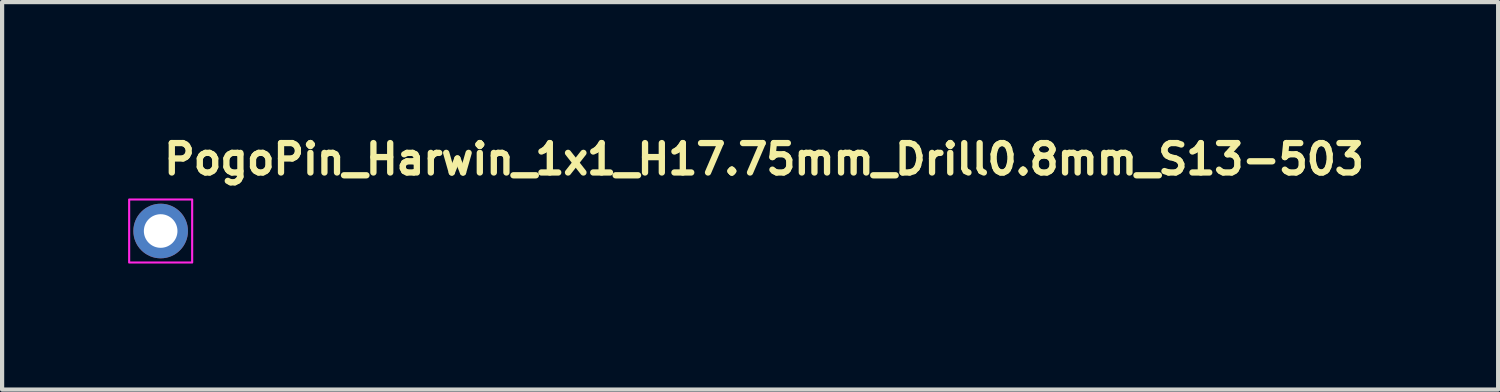
<source format=kicad_pcb>
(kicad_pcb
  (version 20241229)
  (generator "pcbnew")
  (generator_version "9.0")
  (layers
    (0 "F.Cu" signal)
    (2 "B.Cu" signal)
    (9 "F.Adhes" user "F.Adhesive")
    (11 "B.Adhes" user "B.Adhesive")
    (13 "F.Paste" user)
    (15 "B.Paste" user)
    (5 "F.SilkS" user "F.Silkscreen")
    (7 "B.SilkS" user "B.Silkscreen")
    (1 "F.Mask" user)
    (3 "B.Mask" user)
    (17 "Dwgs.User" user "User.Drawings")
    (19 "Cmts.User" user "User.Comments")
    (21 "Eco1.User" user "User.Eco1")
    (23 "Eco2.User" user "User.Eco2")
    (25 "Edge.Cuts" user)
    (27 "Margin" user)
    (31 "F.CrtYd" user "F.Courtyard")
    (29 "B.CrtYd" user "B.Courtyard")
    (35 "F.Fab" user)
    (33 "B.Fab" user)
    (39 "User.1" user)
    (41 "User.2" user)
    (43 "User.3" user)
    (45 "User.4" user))
  (footprint "PogoPin_Harwin_1x1_H17.75mm_Drill0.8mm_S13-503"
    (layer "F.Cu")
    (at 0.775 2.45)
    (property "Reference" "PogoPin_Harwin_1x1_H17.75mm_Drill0.8mm_S13-503" (at 0 -1.3 0) (layer "F.SilkS") (effects (font (size 0.7 0.7) (thickness 0.15)) (justify left bottom)))
    (attr through_hole)
    (fp_rect (start -0.75 -0.75) (end 0.75 0.75) (stroke (width 0.05) (type solid)) (fill no) (layer "F.CrtYd"))
    (fp_rect (start -0.486 -0.484) (end 0.482 0.486) (stroke (width 0.1) (type solid)) (fill no) (layer "User.5"))
    (fp_line (start -0.486 -0.03) (end -0.478 -0.09) (stroke (width 0.02) (type solid)) (layer "User.9"))
    (fp_line (start -0.486 0.031) (end -0.486 -0.03) (stroke (width 0.02) (type solid)) (layer "User.9"))
    (fp_line (start -0.478 -0.09) (end -0.463 -0.149) (stroke (width 0.02) (type solid)) (layer "User.9"))
    (fp_line (start -0.478 0.092) (end -0.486 0.031) (stroke (width 0.02) (type solid)) (layer "User.9"))
    (fp_line (start -0.463 -0.149) (end -0.441 -0.206) (stroke (width 0.02) (type solid)) (layer "User.9"))
    (fp_line (start -0.463 0.151) (end -0.478 0.092) (stroke (width 0.02) (type solid)) (layer "User.9"))
    (fp_line (start -0.441 -0.206) (end -0.412 -0.259) (stroke (width 0.02) (type solid)) (layer "User.9"))
    (fp_line (start -0.441 0.207) (end -0.463 0.151) (stroke (width 0.02) (type solid)) (layer "User.9"))
    (fp_line (start -0.432 0) (end -0.432 -0.001) (stroke (width 0.02) (type solid)) (layer "User.9"))
    (fp_line (start -0.432 0) (end -0.432 0) (stroke (width 0.02) (type solid)) (layer "User.9"))
    (fp_line (start -0.432 0.001) (end -0.432 0) (stroke (width 0.02) (type solid)) (layer "User.9"))
    (fp_line (start -0.432 0.001) (end -0.43 0.047) (stroke (width 0.02) (type solid)) (layer "User.9"))
    (fp_line (start -0.432 0.001) (end -0.428 0.057) (stroke (width 0.02) (type solid)) (layer "User.9"))
    (fp_line (start -0.431 -0.033) (end -0.432 -0.001) (stroke (width 0.02) (type solid)) (layer "User.9"))
    (fp_line (start -0.431 -0.033) (end -0.43 -0.045) (stroke (width 0.02) (type solid)) (layer "User.9"))
    (fp_line (start -0.43 0.047) (end -0.425 0.08) (stroke (width 0.02) (type solid)) (layer "User.9"))
    (fp_line (start -0.428 -0.055) (end -0.432 0.001) (stroke (width 0.02) (type solid)) (layer "User.9"))
    (fp_line (start -0.428 0.057) (end -0.417 0.112) (stroke (width 0.02) (type solid)) (layer "User.9"))
    (fp_line (start -0.425 -0.079) (end -0.43 -0.045) (stroke (width 0.02) (type solid)) (layer "User.9"))
    (fp_line (start -0.422 0.091) (end -0.416 0.117) (stroke (width 0.02) (type solid)) (layer "User.9"))
    (fp_line (start -0.42 0.104) (end -0.422 0.091) (stroke (width 0.02) (type solid)) (layer "User.9"))
    (fp_line (start -0.418 -0.108) (end -0.425 -0.079) (stroke (width 0.02) (type solid)) (layer "User.9"))
    (fp_line (start -0.418 -0.108) (end -0.416 -0.115) (stroke (width 0.02) (type solid)) (layer "User.9"))
    (fp_line (start -0.417 -0.111) (end -0.428 -0.055) (stroke (width 0.02) (type solid)) (layer "User.9"))
    (fp_line (start -0.417 0.112) (end -0.399 0.165) (stroke (width 0.02) (type solid)) (layer "User.9"))
    (fp_line (start -0.416 0.117) (end -0.415 0.122) (stroke (width 0.02) (type solid)) (layer "User.9"))
    (fp_line (start -0.415 -0.12) (end -0.416 -0.115) (stroke (width 0.02) (type solid)) (layer "User.9"))
    (fp_line (start -0.415 -0.12) (end -0.407 -0.144) (stroke (width 0.02) (type solid)) (layer "User.9"))
    (fp_line (start -0.415 0.122) (end -0.407 0.145) (stroke (width 0.02) (type solid)) (layer "User.9"))
    (fp_line (start -0.412 -0.259) (end -0.376 -0.308) (stroke (width 0.02) (type solid)) (layer "User.9"))
    (fp_line (start -0.412 0.261) (end -0.441 0.207) (stroke (width 0.02) (type solid)) (layer "User.9"))
    (fp_line (start -0.407 -0.144) (end -0.405 -0.15) (stroke (width 0.02) (type solid)) (layer "User.9"))
    (fp_line (start -0.407 0.145) (end -0.405 0.151) (stroke (width 0.02) (type solid)) (layer "User.9"))
    (fp_line (start -0.405 -0.15) (end -0.404 -0.151) (stroke (width 0.02) (type solid)) (layer "User.9"))
    (fp_line (start -0.405 0.151) (end -0.404 0.153) (stroke (width 0.02) (type solid)) (layer "User.9"))
    (fp_line (start -0.404 -0.151) (end -0.411 -0.132) (stroke (width 0.02) (type solid)) (layer "User.9"))
    (fp_line (start -0.404 -0.151) (end -0.404 -0.151) (stroke (width 0.02) (type solid)) (layer "User.9"))
    (fp_line (start -0.404 0.153) (end -0.411 0.134) (stroke (width 0.02) (type solid)) (layer "User.9"))
    (fp_line (start -0.404 0.153) (end -0.404 0.153) (stroke (width 0.02) (type solid)) (layer "User.9"))
    (fp_line (start -0.399 -0.164) (end -0.417 -0.111) (stroke (width 0.02) (type solid)) (layer "User.9"))
    (fp_line (start -0.399 0.165) (end -0.374 0.216) (stroke (width 0.02) (type solid)) (layer "User.9"))
    (fp_line (start -0.387 0.001) (end -0.383 0.055) (stroke (width 0.02) (type solid)) (layer "User.9"))
    (fp_line (start -0.383 -0.054) (end -0.387 0.001) (stroke (width 0.02) (type solid)) (layer "User.9"))
    (fp_line (start -0.383 0.055) (end -0.371 0.109) (stroke (width 0.02) (type solid)) (layer "User.9"))
    (fp_line (start -0.376 -0.308) (end -0.334 -0.353) (stroke (width 0.02) (type solid)) (layer "User.9"))
    (fp_line (start -0.376 0.31) (end -0.412 0.261) (stroke (width 0.02) (type solid)) (layer "User.9"))
    (fp_line (start -0.374 -0.214) (end -0.399 -0.164) (stroke (width 0.02) (type solid)) (layer "User.9"))
    (fp_line (start -0.374 0.216) (end -0.343 0.262) (stroke (width 0.02) (type solid)) (layer "User.9"))
    (fp_line (start -0.371 -0.108) (end -0.383 -0.054) (stroke (width 0.02) (type solid)) (layer "User.9"))
    (fp_line (start -0.371 0.109) (end -0.352 0.161) (stroke (width 0.02) (type solid)) (layer "User.9"))
    (fp_line (start -0.352 -0.159) (end -0.371 -0.108) (stroke (width 0.02) (type solid)) (layer "User.9"))
    (fp_line (start -0.352 0.161) (end -0.326 0.209) (stroke (width 0.02) (type solid)) (layer "User.9"))
    (fp_line (start -0.343 -0.261) (end -0.374 -0.214) (stroke (width 0.02) (type solid)) (layer "User.9"))
    (fp_line (start -0.343 0.262) (end -0.306 0.305) (stroke (width 0.02) (type solid)) (layer "User.9"))
    (fp_line (start -0.334 -0.353) (end -0.287 -0.392) (stroke (width 0.02) (type solid)) (layer "User.9"))
    (fp_line (start -0.334 0.354) (end -0.376 0.31) (stroke (width 0.02) (type solid)) (layer "User.9"))
    (fp_line (start -0.326 -0.207) (end -0.352 -0.159) (stroke (width 0.02) (type solid)) (layer "User.9"))
    (fp_line (start -0.326 -0.024) (end -0.326 0.025) (stroke (width 0.02) (type solid)) (layer "User.9"))
    (fp_line (start -0.326 0.025) (end -0.319 0.073) (stroke (width 0.02) (type solid)) (layer "User.9"))
    (fp_line (start -0.326 0.209) (end -0.293 0.253) (stroke (width 0.02) (type solid)) (layer "User.9"))
    (fp_line (start -0.319 -0.072) (end -0.326 -0.024) (stroke (width 0.02) (type solid)) (layer "User.9"))
    (fp_line (start -0.319 0.073) (end -0.305 0.119) (stroke (width 0.02) (type solid)) (layer "User.9"))
    (fp_line (start -0.306 -0.303) (end -0.343 -0.261) (stroke (width 0.02) (type solid)) (layer "User.9"))
    (fp_line (start -0.306 0.305) (end -0.264 0.342) (stroke (width 0.02) (type solid)) (layer "User.9"))
    (fp_line (start -0.305 -0.118) (end -0.319 -0.072) (stroke (width 0.02) (type solid)) (layer "User.9"))
    (fp_line (start -0.305 0.119) (end -0.284 0.163) (stroke (width 0.02) (type solid)) (layer "User.9"))
    (fp_line (start -0.293 -0.251) (end -0.326 -0.207) (stroke (width 0.02) (type solid)) (layer "User.9"))
    (fp_line (start -0.293 0.253) (end -0.254 0.292) (stroke (width 0.02) (type solid)) (layer "User.9"))
    (fp_line (start -0.287 -0.392) (end -0.236 -0.424) (stroke (width 0.02) (type solid)) (layer "User.9"))
    (fp_line (start -0.287 0.393) (end -0.334 0.354) (stroke (width 0.02) (type solid)) (layer "User.9"))
    (fp_line (start -0.284 -0.162) (end -0.305 -0.118) (stroke (width 0.02) (type solid)) (layer "User.9"))
    (fp_line (start -0.284 0.163) (end -0.256 0.203) (stroke (width 0.02) (type solid)) (layer "User.9"))
    (fp_line (start -0.264 -0.34) (end -0.306 -0.303) (stroke (width 0.02) (type solid)) (layer "User.9"))
    (fp_line (start -0.264 0.342) (end -0.217 0.373) (stroke (width 0.02) (type solid)) (layer "User.9"))
    (fp_line (start -0.256 -0.202) (end -0.284 -0.162) (stroke (width 0.02) (type solid)) (layer "User.9"))
    (fp_line (start -0.256 0.203) (end -0.223 0.239) (stroke (width 0.02) (type solid)) (layer "User.9"))
    (fp_line (start -0.254 -0.29) (end -0.293 -0.251) (stroke (width 0.02) (type solid)) (layer "User.9"))
    (fp_line (start -0.254 0.292) (end -0.21 0.325) (stroke (width 0.02) (type solid)) (layer "User.9"))
    (fp_line (start -0.236 -0.424) (end -0.181 -0.45) (stroke (width 0.02) (type solid)) (layer "User.9"))
    (fp_line (start -0.236 0.426) (end -0.287 0.393) (stroke (width 0.02) (type solid)) (layer "User.9"))
    (fp_line (start -0.223 -0.238) (end -0.256 -0.202) (stroke (width 0.02) (type solid)) (layer "User.9"))
    (fp_line (start -0.223 0.239) (end -0.185 0.269) (stroke (width 0.02) (type solid)) (layer "User.9"))
    (fp_line (start -0.217 -0.372) (end -0.264 -0.34) (stroke (width 0.02) (type solid)) (layer "User.9"))
    (fp_line (start -0.217 0.373) (end -0.167 0.398) (stroke (width 0.02) (type solid)) (layer "User.9"))
    (fp_line (start -0.21 -0.323) (end -0.254 -0.29) (stroke (width 0.02) (type solid)) (layer "User.9"))
    (fp_line (start -0.21 0.325) (end -0.162 0.351) (stroke (width 0.02) (type solid)) (layer "User.9"))
    (fp_line (start -0.185 -0.268) (end -0.223 -0.238) (stroke (width 0.02) (type solid)) (layer "User.9"))
    (fp_line (start -0.185 0.269) (end -0.143 0.293) (stroke (width 0.02) (type solid)) (layer "User.9"))
    (fp_line (start -0.181 -0.45) (end -0.123 -0.469) (stroke (width 0.02) (type solid)) (layer "User.9"))
    (fp_line (start -0.181 0.452) (end -0.236 0.426) (stroke (width 0.02) (type solid)) (layer "User.9"))
    (fp_line (start -0.167 -0.397) (end -0.217 -0.372) (stroke (width 0.02) (type solid)) (layer "User.9"))
    (fp_line (start -0.167 0.398) (end -0.113 0.416) (stroke (width 0.02) (type solid)) (layer "User.9"))
    (fp_line (start -0.162 -0.35) (end -0.21 -0.323) (stroke (width 0.02) (type solid)) (layer "User.9"))
    (fp_line (start -0.162 0.351) (end -0.111 0.37) (stroke (width 0.02) (type solid)) (layer "User.9"))
    (fp_line (start -0.143 -0.292) (end -0.185 -0.268) (stroke (width 0.02) (type solid)) (layer "User.9"))
    (fp_line (start -0.143 0.293) (end -0.098 0.311) (stroke (width 0.02) (type solid)) (layer "User.9"))
    (fp_line (start -0.123 -0.469) (end -0.063 -0.481) (stroke (width 0.02) (type solid)) (layer "User.9"))
    (fp_line (start -0.123 0.47) (end -0.181 0.452) (stroke (width 0.02) (type solid)) (layer "User.9"))
    (fp_line (start -0.113 -0.415) (end -0.167 -0.397) (stroke (width 0.02) (type solid)) (layer "User.9"))
    (fp_line (start -0.113 0.416) (end -0.058 0.427) (stroke (width 0.02) (type solid)) (layer "User.9"))
    (fp_line (start -0.111 -0.369) (end -0.162 -0.35) (stroke (width 0.02) (type solid)) (layer "User.9"))
    (fp_line (start -0.111 0.37) (end -0.057 0.382) (stroke (width 0.02) (type solid)) (layer "User.9"))
    (fp_line (start -0.098 -0.31) (end -0.143 -0.292) (stroke (width 0.02) (type solid)) (layer "User.9"))
    (fp_line (start -0.098 0.311) (end -0.05 0.322) (stroke (width 0.02) (type solid)) (layer "User.9"))
    (fp_line (start -0.063 -0.481) (end -0.002 -0.484) (stroke (width 0.02) (type solid)) (layer "User.9"))
    (fp_line (start -0.063 0.482) (end -0.123 0.47) (stroke (width 0.02) (type solid)) (layer "User.9"))
    (fp_line (start -0.058 -0.426) (end -0.113 -0.415) (stroke (width 0.02) (type solid)) (layer "User.9"))
    (fp_line (start -0.058 0.427) (end -0.002 0.431) (stroke (width 0.02) (type solid)) (layer "User.9"))
    (fp_line (start -0.057 -0.38) (end -0.111 -0.369) (stroke (width 0.02) (type solid)) (layer "User.9"))
    (fp_line (start -0.057 0.382) (end -0.002 0.386) (stroke (width 0.02) (type solid)) (layer "User.9"))
    (fp_line (start -0.05 -0.321) (end -0.098 -0.31) (stroke (width 0.02) (type solid)) (layer "User.9"))
    (fp_line (start -0.05 0.322) (end -0.002 0.326) (stroke (width 0.02) (type solid)) (layer "User.9"))
    (fp_line (start -0.002 -0.484) (end 0.059 -0.481) (stroke (width 0.02) (type solid)) (layer "User.9"))
    (fp_line (start -0.002 -0.429) (end -0.058 -0.426) (stroke (width 0.02) (type solid)) (layer "User.9"))
    (fp_line (start -0.002 -0.429) (end 0.054 -0.426) (stroke (width 0.02) (type solid)) (layer "User.9"))
    (fp_line (start -0.002 -0.384) (end -0.057 -0.38) (stroke (width 0.02) (type solid)) (layer "User.9"))
    (fp_line (start -0.002 -0.384) (end 0.053 -0.38) (stroke (width 0.02) (type solid)) (layer "User.9"))
    (fp_line (start -0.002 -0.324) (end -0.05 -0.321) (stroke (width 0.02) (type solid)) (layer "User.9"))
    (fp_line (start -0.002 -0.324) (end 0.046 -0.321) (stroke (width 0.02) (type solid)) (layer "User.9"))
    (fp_line (start -0.002 0.486) (end -0.063 0.482) (stroke (width 0.02) (type solid)) (layer "User.9"))
    (fp_line (start 0.046 -0.321) (end 0.094 -0.31) (stroke (width 0.02) (type solid)) (layer "User.9"))
    (fp_line (start 0.046 0.322) (end -0.002 0.326) (stroke (width 0.02) (type solid)) (layer "User.9"))
    (fp_line (start 0.053 -0.38) (end 0.106 -0.369) (stroke (width 0.02) (type solid)) (layer "User.9"))
    (fp_line (start 0.053 0.382) (end -0.002 0.386) (stroke (width 0.02) (type solid)) (layer "User.9"))
    (fp_line (start 0.054 -0.426) (end 0.109 -0.415) (stroke (width 0.02) (type solid)) (layer "User.9"))
    (fp_line (start 0.054 0.427) (end -0.002 0.431) (stroke (width 0.02) (type solid)) (layer "User.9"))
    (fp_line (start 0.059 -0.481) (end 0.119 -0.469) (stroke (width 0.02) (type solid)) (layer "User.9"))
    (fp_line (start 0.059 0.482) (end -0.002 0.486) (stroke (width 0.02) (type solid)) (layer "User.9"))
    (fp_line (start 0.094 -0.31) (end 0.139 -0.292) (stroke (width 0.02) (type solid)) (layer "User.9"))
    (fp_line (start 0.094 0.311) (end 0.046 0.322) (stroke (width 0.02) (type solid)) (layer "User.9"))
    (fp_line (start 0.106 -0.369) (end 0.158 -0.35) (stroke (width 0.02) (type solid)) (layer "User.9"))
    (fp_line (start 0.106 0.37) (end 0.053 0.382) (stroke (width 0.02) (type solid)) (layer "User.9"))
    (fp_line (start 0.109 -0.415) (end 0.163 -0.397) (stroke (width 0.02) (type solid)) (layer "User.9"))
    (fp_line (start 0.109 0.416) (end 0.054 0.427) (stroke (width 0.02) (type solid)) (layer "User.9"))
    (fp_line (start 0.119 -0.469) (end 0.176 -0.45) (stroke (width 0.02) (type solid)) (layer "User.9"))
    (fp_line (start 0.119 0.47) (end 0.059 0.482) (stroke (width 0.02) (type solid)) (layer "User.9"))
    (fp_line (start 0.139 -0.292) (end 0.181 -0.268) (stroke (width 0.02) (type solid)) (layer "User.9"))
    (fp_line (start 0.139 0.293) (end 0.094 0.311) (stroke (width 0.02) (type solid)) (layer "User.9"))
    (fp_line (start 0.158 -0.35) (end 0.206 -0.323) (stroke (width 0.02) (type solid)) (layer "User.9"))
    (fp_line (start 0.158 0.351) (end 0.106 0.37) (stroke (width 0.02) (type solid)) (layer "User.9"))
    (fp_line (start 0.163 -0.397) (end 0.213 -0.372) (stroke (width 0.02) (type solid)) (layer "User.9"))
    (fp_line (start 0.163 0.398) (end 0.109 0.416) (stroke (width 0.02) (type solid)) (layer "User.9"))
    (fp_line (start 0.176 -0.45) (end 0.232 -0.424) (stroke (width 0.02) (type solid)) (layer "User.9"))
    (fp_line (start 0.176 0.452) (end 0.119 0.47) (stroke (width 0.02) (type solid)) (layer "User.9"))
    (fp_line (start 0.181 -0.268) (end 0.219 -0.238) (stroke (width 0.02) (type solid)) (layer "User.9"))
    (fp_line (start 0.181 0.269) (end 0.139 0.293) (stroke (width 0.02) (type solid)) (layer "User.9"))
    (fp_line (start 0.206 -0.323) (end 0.25 -0.29) (stroke (width 0.02) (type solid)) (layer "User.9"))
    (fp_line (start 0.206 0.325) (end 0.158 0.351) (stroke (width 0.02) (type solid)) (layer "User.9"))
    (fp_line (start 0.213 -0.372) (end 0.26 -0.34) (stroke (width 0.02) (type solid)) (layer "User.9"))
    (fp_line (start 0.213 0.373) (end 0.163 0.398) (stroke (width 0.02) (type solid)) (layer "User.9"))
    (fp_line (start 0.219 -0.238) (end 0.252 -0.202) (stroke (width 0.02) (type solid)) (layer "User.9"))
    (fp_line (start 0.219 0.239) (end 0.181 0.269) (stroke (width 0.02) (type solid)) (layer "User.9"))
    (fp_line (start 0.232 -0.424) (end 0.283 -0.392) (stroke (width 0.02) (type solid)) (layer "User.9"))
    (fp_line (start 0.232 0.426) (end 0.176 0.452) (stroke (width 0.02) (type solid)) (layer "User.9"))
    (fp_line (start 0.25 -0.29) (end 0.289 -0.251) (stroke (width 0.02) (type solid)) (layer "User.9"))
    (fp_line (start 0.25 0.292) (end 0.206 0.325) (stroke (width 0.02) (type solid)) (layer "User.9"))
    (fp_line (start 0.252 -0.202) (end 0.279 -0.162) (stroke (width 0.02) (type solid)) (layer "User.9"))
    (fp_line (start 0.252 0.203) (end 0.219 0.239) (stroke (width 0.02) (type solid)) (layer "User.9"))
    (fp_line (start 0.26 -0.34) (end 0.302 -0.303) (stroke (width 0.02) (type solid)) (layer "User.9"))
    (fp_line (start 0.26 0.342) (end 0.213 0.373) (stroke (width 0.02) (type solid)) (layer "User.9"))
    (fp_line (start 0.279 -0.162) (end 0.3 -0.118) (stroke (width 0.02) (type solid)) (layer "User.9"))
    (fp_line (start 0.279 0.163) (end 0.252 0.203) (stroke (width 0.02) (type solid)) (layer "User.9"))
    (fp_line (start 0.283 -0.392) (end 0.33 -0.353) (stroke (width 0.02) (type solid)) (layer "User.9"))
    (fp_line (start 0.283 0.393) (end 0.232 0.426) (stroke (width 0.02) (type solid)) (layer "User.9"))
    (fp_line (start 0.289 -0.251) (end 0.322 -0.207) (stroke (width 0.02) (type solid)) (layer "User.9"))
    (fp_line (start 0.289 0.253) (end 0.25 0.292) (stroke (width 0.02) (type solid)) (layer "User.9"))
    (fp_line (start 0.3 -0.118) (end 0.315 -0.072) (stroke (width 0.02) (type solid)) (layer "User.9"))
    (fp_line (start 0.3 0.119) (end 0.279 0.163) (stroke (width 0.02) (type solid)) (layer "User.9"))
    (fp_line (start 0.302 -0.303) (end 0.339 -0.261) (stroke (width 0.02) (type solid)) (layer "User.9"))
    (fp_line (start 0.302 0.305) (end 0.26 0.342) (stroke (width 0.02) (type solid)) (layer "User.9"))
    (fp_line (start 0.315 -0.072) (end 0.322 -0.024) (stroke (width 0.02) (type solid)) (layer "User.9"))
    (fp_line (start 0.315 0.073) (end 0.3 0.119) (stroke (width 0.02) (type solid)) (layer "User.9"))
    (fp_line (start 0.322 -0.207) (end 0.348 -0.159) (stroke (width 0.02) (type solid)) (layer "User.9"))
    (fp_line (start 0.322 -0.024) (end 0.322 0.025) (stroke (width 0.02) (type solid)) (layer "User.9"))
    (fp_line (start 0.322 0.025) (end 0.315 0.073) (stroke (width 0.02) (type solid)) (layer "User.9"))
    (fp_line (start 0.322 0.209) (end 0.289 0.253) (stroke (width 0.02) (type solid)) (layer "User.9"))
    (fp_line (start 0.33 -0.353) (end 0.372 -0.308) (stroke (width 0.02) (type solid)) (layer "User.9"))
    (fp_line (start 0.33 0.354) (end 0.283 0.393) (stroke (width 0.02) (type solid)) (layer "User.9"))
    (fp_line (start 0.339 -0.261) (end 0.37 -0.214) (stroke (width 0.02) (type solid)) (layer "User.9"))
    (fp_line (start 0.339 0.262) (end 0.302 0.305) (stroke (width 0.02) (type solid)) (layer "User.9"))
    (fp_line (start 0.348 -0.159) (end 0.367 -0.108) (stroke (width 0.02) (type solid)) (layer "User.9"))
    (fp_line (start 0.348 0.161) (end 0.322 0.209) (stroke (width 0.02) (type solid)) (layer "User.9"))
    (fp_line (start 0.367 -0.108) (end 0.379 -0.054) (stroke (width 0.02) (type solid)) (layer "User.9"))
    (fp_line (start 0.367 0.109) (end 0.348 0.161) (stroke (width 0.02) (type solid)) (layer "User.9"))
    (fp_line (start 0.37 -0.214) (end 0.395 -0.164) (stroke (width 0.02) (type solid)) (layer "User.9"))
    (fp_line (start 0.37 0.216) (end 0.339 0.262) (stroke (width 0.02) (type solid)) (layer "User.9"))
    (fp_line (start 0.372 -0.308) (end 0.407 -0.259) (stroke (width 0.02) (type solid)) (layer "User.9"))
    (fp_line (start 0.372 0.31) (end 0.33 0.354) (stroke (width 0.02) (type solid)) (layer "User.9"))
    (fp_line (start 0.379 -0.054) (end 0.383 0.001) (stroke (width 0.02) (type solid)) (layer "User.9"))
    (fp_line (start 0.379 0.055) (end 0.367 0.109) (stroke (width 0.02) (type solid)) (layer "User.9"))
    (fp_line (start 0.383 0.001) (end 0.379 0.055) (stroke (width 0.02) (type solid)) (layer "User.9"))
    (fp_line (start 0.395 -0.164) (end 0.413 -0.111) (stroke (width 0.02) (type solid)) (layer "User.9"))
    (fp_line (start 0.395 0.165) (end 0.37 0.216) (stroke (width 0.02) (type solid)) (layer "User.9"))
    (fp_line (start 0.4 -0.151) (end 0.4 -0.151) (stroke (width 0.02) (type solid)) (layer "User.9"))
    (fp_line (start 0.4 -0.151) (end 0.401 -0.15) (stroke (width 0.02) (type solid)) (layer "User.9"))
    (fp_line (start 0.4 -0.151) (end 0.414 -0.108) (stroke (width 0.02) (type solid)) (layer "User.9"))
    (fp_line (start 0.4 0.153) (end 0.4 0.153) (stroke (width 0.02) (type solid)) (layer "User.9"))
    (fp_line (start 0.4 0.153) (end 0.401 0.151) (stroke (width 0.02) (type solid)) (layer "User.9"))
    (fp_line (start 0.401 -0.15) (end 0.401 -0.15) (stroke (width 0.02) (type solid)) (layer "User.9"))
    (fp_line (start 0.401 -0.15) (end 0.409 -0.126) (stroke (width 0.02) (type solid)) (layer "User.9"))
    (fp_line (start 0.401 0.151) (end 0.401 0.151) (stroke (width 0.02) (type solid)) (layer "User.9"))
    (fp_line (start 0.401 0.151) (end 0.409 0.127) (stroke (width 0.02) (type solid)) (layer "User.9"))
    (fp_line (start 0.402 -0.145) (end 0.4 -0.151) (stroke (width 0.02) (type solid)) (layer "User.9"))
    (fp_line (start 0.402 -0.145) (end 0.403 -0.144) (stroke (width 0.02) (type solid)) (layer "User.9"))
    (fp_line (start 0.402 0.147) (end 0.4 0.153) (stroke (width 0.02) (type solid)) (layer "User.9"))
    (fp_line (start 0.402 0.147) (end 0.403 0.145) (stroke (width 0.02) (type solid)) (layer "User.9"))
    (fp_line (start 0.407 -0.259) (end 0.437 -0.206) (stroke (width 0.02) (type solid)) (layer "User.9"))
    (fp_line (start 0.407 0.134) (end 0.4 0.153) (stroke (width 0.02) (type solid)) (layer "User.9"))
    (fp_line (start 0.407 0.134) (end 0.403 0.145) (stroke (width 0.02) (type solid)) (layer "User.9"))
    (fp_line (start 0.407 0.261) (end 0.372 0.31) (stroke (width 0.02) (type solid)) (layer "User.9"))
    (fp_line (start 0.408 -0.13) (end 0.403 -0.144) (stroke (width 0.02) (type solid)) (layer "User.9"))
    (fp_line (start 0.408 -0.13) (end 0.409 -0.126) (stroke (width 0.02) (type solid)) (layer "User.9"))
    (fp_line (start 0.413 -0.111) (end 0.424 -0.055) (stroke (width 0.02) (type solid)) (layer "User.9"))
    (fp_line (start 0.413 0.112) (end 0.395 0.165) (stroke (width 0.02) (type solid)) (layer "User.9"))
    (fp_line (start 0.418 0.094) (end 0.409 0.127) (stroke (width 0.02) (type solid)) (layer "User.9"))
    (fp_line (start 0.418 0.094) (end 0.414 0.109) (stroke (width 0.02) (type solid)) (layer "User.9"))
    (fp_line (start 0.418 0.094) (end 0.422 0.075) (stroke (width 0.02) (type solid)) (layer "User.9"))
    (fp_line (start 0.421 -0.078) (end 0.414 -0.108) (stroke (width 0.02) (type solid)) (layer "User.9"))
    (fp_line (start 0.421 -0.078) (end 0.422 -0.073) (stroke (width 0.02) (type solid)) (layer "User.9"))
    (fp_line (start 0.422 -0.073) (end 0.426 -0.039) (stroke (width 0.02) (type solid)) (layer "User.9"))
    (fp_line (start 0.424 -0.055) (end 0.428 0.001) (stroke (width 0.02) (type solid)) (layer "User.9"))
    (fp_line (start 0.424 0.057) (end 0.413 0.112) (stroke (width 0.02) (type solid)) (layer "User.9"))
    (fp_line (start 0.426 0.041) (end 0.422 0.075) (stroke (width 0.02) (type solid)) (layer "User.9"))
    (fp_line (start 0.428 0.001) (end 0.424 0.057) (stroke (width 0.02) (type solid)) (layer "User.9"))
    (fp_line (start 0.428 0.001) (end 0.426 -0.039) (stroke (width 0.02) (type solid)) (layer "User.9"))
    (fp_line (start 0.428 0.001) (end 0.428 0.003) (stroke (width 0.02) (type solid)) (layer "User.9"))
    (fp_line (start 0.428 0.003) (end 0.426 0.041) (stroke (width 0.02) (type solid)) (layer "User.9"))
    (fp_line (start 0.437 -0.206) (end 0.459 -0.149) (stroke (width 0.02) (type solid)) (layer "User.9"))
    (fp_line (start 0.437 0.207) (end 0.407 0.261) (stroke (width 0.02) (type solid)) (layer "User.9"))
    (fp_line (start 0.459 -0.149) (end 0.474 -0.09) (stroke (width 0.02) (type solid)) (layer "User.9"))
    (fp_line (start 0.459 0.151) (end 0.437 0.207) (stroke (width 0.02) (type solid)) (layer "User.9"))
    (fp_line (start 0.474 -0.09) (end 0.482 -0.03) (stroke (width 0.02) (type solid)) (layer "User.9"))
    (fp_line (start 0.474 0.092) (end 0.459 0.151) (stroke (width 0.02) (type solid)) (layer "User.9"))
    (fp_line (start 0.482 -0.03) (end 0.482 0.031) (stroke (width 0.02) (type solid)) (layer "User.9"))
    (fp_line (start 0.482 0.031) (end 0.474 0.092) (stroke (width 0.02) (type solid)) (layer "User.9"))
    (pad "1" thru_hole circle (at 0 0) (size 1.3 1.3) (drill 0.8) (layers "*.Cu" "*.Mask")))
  (gr_rect
    (start -3 -3)
    (end 32.618 6.225)
    (stroke (width 0.1) (type default))
    (fill no)
    (layer "Edge.Cuts")))
</source>
